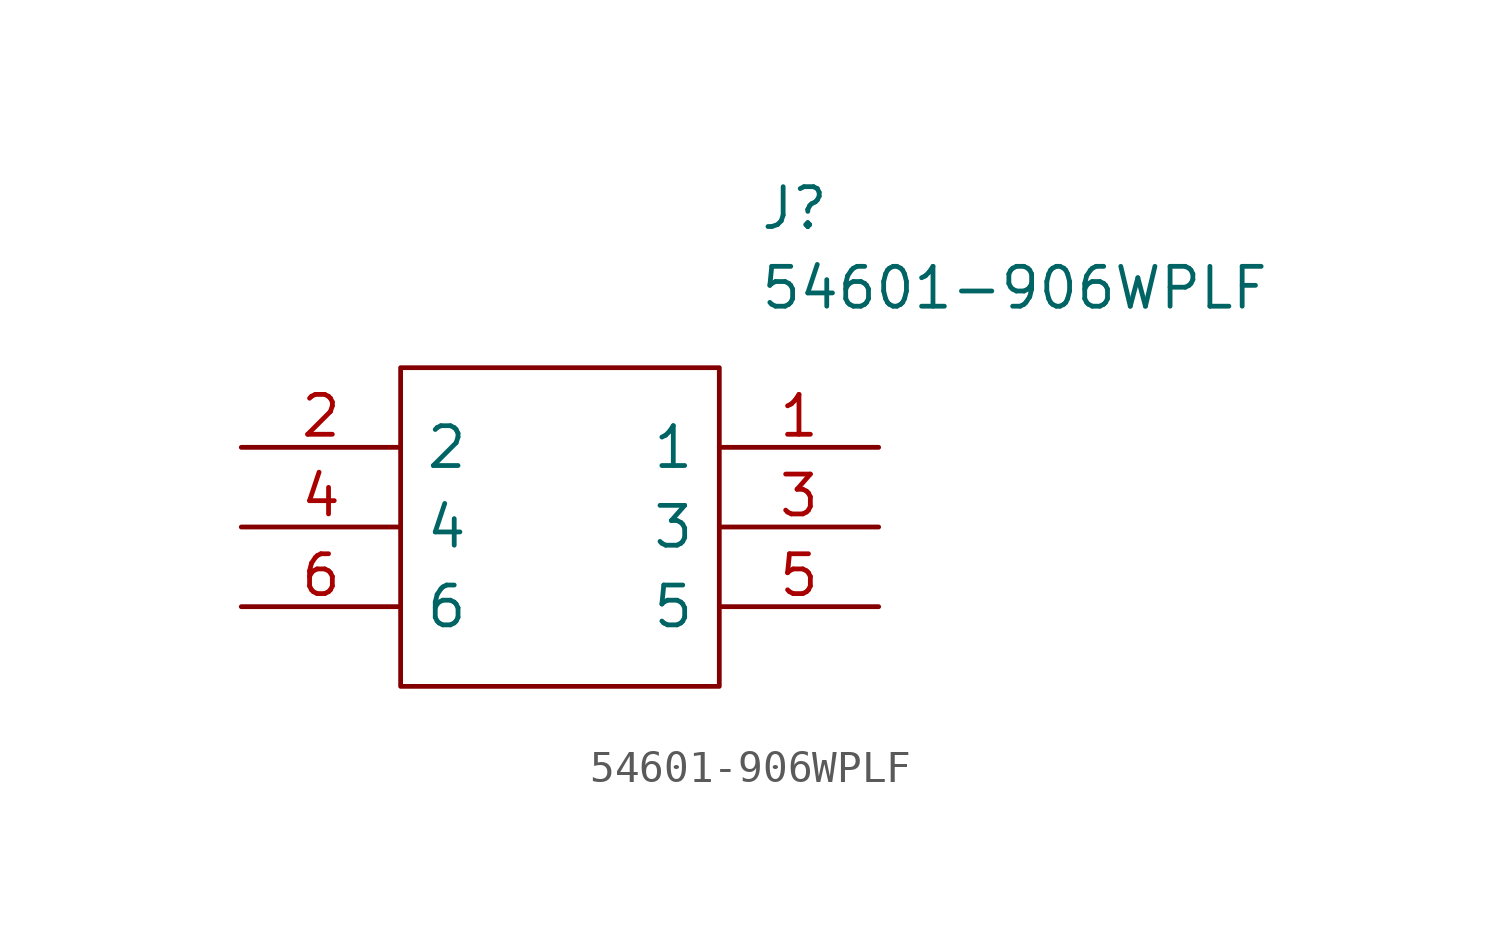
<source format=kicad_sym>
(kicad_symbol_lib
  (version 20220914)
  (generator kicad_symbol_editor)
  (symbol "54601-906WPLF"
    (pin_names
      (offset 0.762))
    (property "Reference" "J"
      (at 16.51 7.62 0)
      (effects (font (size 1.27 1.27)) (justify left)))
    (property "Value" "54601-906WPLF"
      (at 16.51 5.08 0)
      (effects (font (size 1.27 1.27)) (justify left)))
    (symbol "54601-906WPLF_0_0"
      (pin passive line (at 20.32 0 180) (length 5.08) (name "1" (effects (font (size 1.27 1.27)))) (number "1" (effects (font (size 1.27 1.27)))))
      (pin passive line (at 0 0 0) (length 5.08) (name "2" (effects (font (size 1.27 1.27)))) (number "2" (effects (font (size 1.27 1.27)))))
      (pin passive line (at 20.32 -2.54 180) (length 5.08) (name "3" (effects (font (size 1.27 1.27)))) (number "3" (effects (font (size 1.27 1.27)))))
      (pin passive line (at 0 -2.54 0) (length 5.08) (name "4" (effects (font (size 1.27 1.27)))) (number "4" (effects (font (size 1.27 1.27)))))
      (pin passive line (at 20.32 -5.08 180) (length 5.08) (name "5" (effects (font (size 1.27 1.27)))) (number "5" (effects (font (size 1.27 1.27)))))
      (pin passive line (at 0 -5.08 0) (length 5.08) (name "6" (effects (font (size 1.27 1.27)))) (number "6" (effects (font (size 1.27 1.27))))))
    (symbol "54601-906WPLF_0_1"
      (polyline (pts (xy 5.08 2.54) (xy 15.24 2.54) (xy 15.24 -7.62) (xy 5.08 -7.62) (xy 5.08 2.54)) (stroke (width 0.152) (type solid)) (fill (type none))))))
</source>
